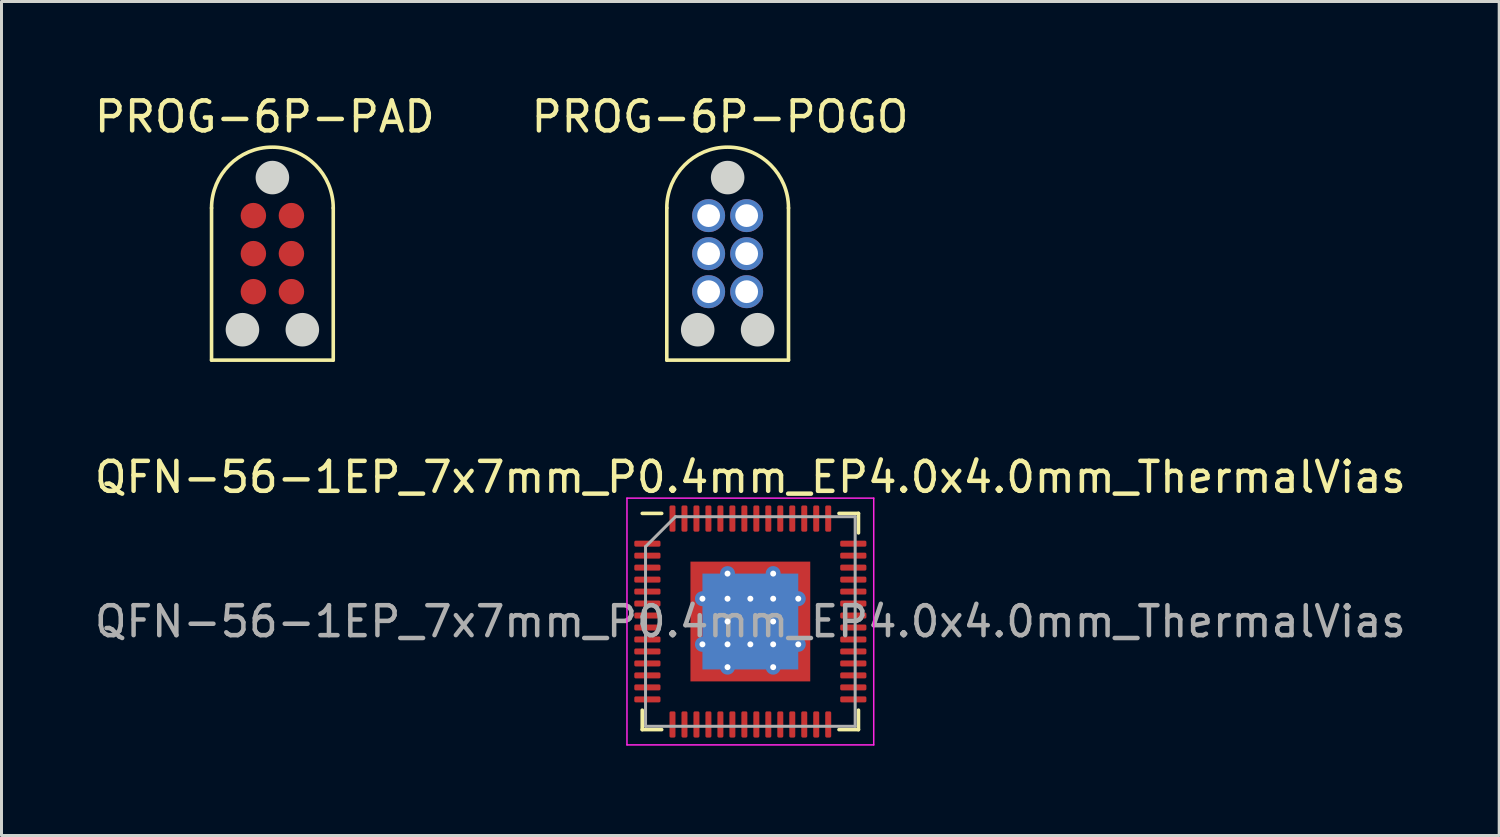
<source format=kicad_pcb>
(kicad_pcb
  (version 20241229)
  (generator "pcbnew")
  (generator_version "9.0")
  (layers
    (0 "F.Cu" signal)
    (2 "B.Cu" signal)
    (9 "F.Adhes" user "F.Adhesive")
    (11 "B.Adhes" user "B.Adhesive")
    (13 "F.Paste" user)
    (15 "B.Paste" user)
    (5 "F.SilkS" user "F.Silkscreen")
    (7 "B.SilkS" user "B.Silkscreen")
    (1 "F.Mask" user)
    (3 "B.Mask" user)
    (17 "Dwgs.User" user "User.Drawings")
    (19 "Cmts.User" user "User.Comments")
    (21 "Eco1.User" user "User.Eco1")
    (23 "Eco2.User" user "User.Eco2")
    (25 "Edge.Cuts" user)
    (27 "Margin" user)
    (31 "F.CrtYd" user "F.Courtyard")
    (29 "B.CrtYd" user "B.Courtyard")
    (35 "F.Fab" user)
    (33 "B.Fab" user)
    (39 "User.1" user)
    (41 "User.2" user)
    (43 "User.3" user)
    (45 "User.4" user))
  (footprint "QFN-56-1EP_7x7mm_P0.4mm_EP4.0x4.0mm_ThermalVias"
    (layer "F.Cu")
    (at 22.006 17.704)
    (property "Reference" "QFN-56-1EP_7x7mm_P0.4mm_EP4.0x4.0mm_ThermalVias" (at 0 -4.82 0) (layer "F.SilkS") (effects (font (size 1 1) (thickness 0.15))))
    (attr smd)
    (fp_line (start -3.61 3.61) (end -3.61 2.96) (stroke (width 0.12) (type solid)) (layer "F.SilkS"))
    (fp_line (start -2.96 -3.61) (end -3.61 -3.61) (stroke (width 0.12) (type solid)) (layer "F.SilkS"))
    (fp_line (start -2.96 3.61) (end -3.61 3.61) (stroke (width 0.12) (type solid)) (layer "F.SilkS"))
    (fp_line (start 2.96 -3.61) (end 3.61 -3.61) (stroke (width 0.12) (type solid)) (layer "F.SilkS"))
    (fp_line (start 2.96 3.61) (end 3.61 3.61) (stroke (width 0.12) (type solid)) (layer "F.SilkS"))
    (fp_line (start 3.61 -3.61) (end 3.61 -2.96) (stroke (width 0.12) (type solid)) (layer "F.SilkS"))
    (fp_line (start 3.61 3.61) (end 3.61 2.96) (stroke (width 0.12) (type solid)) (layer "F.SilkS"))
    (fp_line (start -4.12 -4.12) (end -4.12 4.12) (stroke (width 0.05) (type solid)) (layer "F.CrtYd"))
    (fp_line (start -4.12 4.12) (end 4.12 4.12) (stroke (width 0.05) (type solid)) (layer "F.CrtYd"))
    (fp_line (start 4.12 -4.12) (end -4.12 -4.12) (stroke (width 0.05) (type solid)) (layer "F.CrtYd"))
    (fp_line (start 4.12 4.12) (end 4.12 -4.12) (stroke (width 0.05) (type solid)) (layer "F.CrtYd"))
    (fp_line (start -3.5 -2.5) (end -2.5 -3.5) (stroke (width 0.1) (type solid)) (layer "F.Fab"))
    (fp_line (start -3.5 3.5) (end -3.5 -2.5) (stroke (width 0.1) (type solid)) (layer "F.Fab"))
    (fp_line (start -2.5 -3.5) (end 3.5 -3.5) (stroke (width 0.1) (type solid)) (layer "F.Fab"))
    (fp_line (start 3.5 -3.5) (end 3.5 3.5) (stroke (width 0.1) (type solid)) (layer "F.Fab"))
    (fp_line (start 3.5 3.5) (end -3.5 3.5) (stroke (width 0.1) (type solid)) (layer "F.Fab"))
    (fp_text user "${REFERENCE}" (at 0 0 0) (layer "F.Fab") (effects (font (size 1 1) (thickness 0.15))))
    (pad "" smd custom (at -0.675 -0.675) (size 1.118 1.118) (layers "F.Paste") (options (anchor circle)) (primitives (gr_poly (pts (xy -0.498 -0.397) (xy -0.397 -0.498) (xy 0.498 -0.498) (xy 0.498 0.498) (xy -0.498 0.498)) (width 0.244) (fill yes))))
    (pad "" smd custom (at -0.675 0.675) (size 1.118 1.118) (layers "F.Paste") (options (anchor circle)) (primitives (gr_poly (pts (xy -0.498 -0.498) (xy 0.498 -0.498) (xy 0.498 0.498) (xy -0.397 0.498) (xy -0.498 0.397)) (width 0.244) (fill yes))))
    (pad "" smd custom (at 0.675 -0.675) (size 1.118 1.118) (layers "F.Paste") (options (anchor circle)) (primitives (gr_poly (pts (xy -0.498 -0.498) (xy 0.397 -0.498) (xy 0.498 -0.397) (xy 0.498 0.498) (xy -0.498 0.498)) (width 0.244) (fill yes))))
    (pad "" smd custom (at 0.675 0.675) (size 1.118 1.118) (layers "F.Paste") (options (anchor circle)) (primitives (gr_poly (pts (xy -0.498 -0.498) (xy 0.498 -0.498) (xy 0.498 0.397) (xy 0.397 0.498) (xy -0.498 0.498)) (width 0.244) (fill yes))))
    (pad "1" smd roundrect (at -3.438 -2.6) (size 0.875 0.2) (layers "F.Cu" "F.Mask" "F.Paste") (roundrect_rratio 0.25))
    (pad "2" smd roundrect (at -3.438 -2.2) (size 0.875 0.2) (layers "F.Cu" "F.Mask" "F.Paste") (roundrect_rratio 0.25))
    (pad "3" smd roundrect (at -3.438 -1.8) (size 0.875 0.2) (layers "F.Cu" "F.Mask" "F.Paste") (roundrect_rratio 0.25))
    (pad "4" smd roundrect (at -3.438 -1.4) (size 0.875 0.2) (layers "F.Cu" "F.Mask" "F.Paste") (roundrect_rratio 0.25))
    (pad "5" smd roundrect (at -3.438 -1) (size 0.875 0.2) (layers "F.Cu" "F.Mask" "F.Paste") (roundrect_rratio 0.25))
    (pad "6" smd roundrect (at -3.438 -0.6) (size 0.875 0.2) (layers "F.Cu" "F.Mask" "F.Paste") (roundrect_rratio 0.25))
    (pad "7" smd roundrect (at -3.438 -0.2) (size 0.875 0.2) (layers "F.Cu" "F.Mask" "F.Paste") (roundrect_rratio 0.25))
    (pad "8" smd roundrect (at -3.438 0.2) (size 0.875 0.2) (layers "F.Cu" "F.Mask" "F.Paste") (roundrect_rratio 0.25))
    (pad "9" smd roundrect (at -3.438 0.6) (size 0.875 0.2) (layers "F.Cu" "F.Mask" "F.Paste") (roundrect_rratio 0.25))
    (pad "10" smd roundrect (at -3.438 1) (size 0.875 0.2) (layers "F.Cu" "F.Mask" "F.Paste") (roundrect_rratio 0.25))
    (pad "11" smd roundrect (at -3.438 1.4) (size 0.875 0.2) (layers "F.Cu" "F.Mask" "F.Paste") (roundrect_rratio 0.25))
    (pad "12" smd roundrect (at -3.438 1.8) (size 0.875 0.2) (layers "F.Cu" "F.Mask" "F.Paste") (roundrect_rratio 0.25))
    (pad "13" smd roundrect (at -3.438 2.2) (size 0.875 0.2) (layers "F.Cu" "F.Mask" "F.Paste") (roundrect_rratio 0.25))
    (pad "14" smd roundrect (at -3.438 2.6) (size 0.875 0.2) (layers "F.Cu" "F.Mask" "F.Paste") (roundrect_rratio 0.25))
    (pad "15" smd roundrect (at -2.6 3.438) (size 0.2 0.875) (layers "F.Cu" "F.Mask" "F.Paste") (roundrect_rratio 0.25))
    (pad "16" smd roundrect (at -2.2 3.438) (size 0.2 0.875) (layers "F.Cu" "F.Mask" "F.Paste") (roundrect_rratio 0.25))
    (pad "17" smd roundrect (at -1.8 3.438) (size 0.2 0.875) (layers "F.Cu" "F.Mask" "F.Paste") (roundrect_rratio 0.25))
    (pad "18" smd roundrect (at -1.4 3.438) (size 0.2 0.875) (layers "F.Cu" "F.Mask" "F.Paste") (roundrect_rratio 0.25))
    (pad "19" smd roundrect (at -1 3.438) (size 0.2 0.875) (layers "F.Cu" "F.Mask" "F.Paste") (roundrect_rratio 0.25))
    (pad "20" smd roundrect (at -0.6 3.438) (size 0.2 0.875) (layers "F.Cu" "F.Mask" "F.Paste") (roundrect_rratio 0.25))
    (pad "21" smd roundrect (at -0.2 3.438) (size 0.2 0.875) (layers "F.Cu" "F.Mask" "F.Paste") (roundrect_rratio 0.25))
    (pad "22" smd roundrect (at 0.2 3.438) (size 0.2 0.875) (layers "F.Cu" "F.Mask" "F.Paste") (roundrect_rratio 0.25))
    (pad "23" smd roundrect (at 0.6 3.438) (size 0.2 0.875) (layers "F.Cu" "F.Mask" "F.Paste") (roundrect_rratio 0.25))
    (pad "24" smd roundrect (at 1 3.438) (size 0.2 0.875) (layers "F.Cu" "F.Mask" "F.Paste") (roundrect_rratio 0.25))
    (pad "25" smd roundrect (at 1.4 3.438) (size 0.2 0.875) (layers "F.Cu" "F.Mask" "F.Paste") (roundrect_rratio 0.25))
    (pad "26" smd roundrect (at 1.8 3.438) (size 0.2 0.875) (layers "F.Cu" "F.Mask" "F.Paste") (roundrect_rratio 0.25))
    (pad "27" smd roundrect (at 2.2 3.438) (size 0.2 0.875) (layers "F.Cu" "F.Mask" "F.Paste") (roundrect_rratio 0.25))
    (pad "28" smd roundrect (at 2.6 3.438) (size 0.2 0.875) (layers "F.Cu" "F.Mask" "F.Paste") (roundrect_rratio 0.25))
    (pad "29" smd roundrect (at 3.438 2.6) (size 0.875 0.2) (layers "F.Cu" "F.Mask" "F.Paste") (roundrect_rratio 0.25))
    (pad "30" smd roundrect (at 3.438 2.2) (size 0.875 0.2) (layers "F.Cu" "F.Mask" "F.Paste") (roundrect_rratio 0.25))
    (pad "31" smd roundrect (at 3.438 1.8) (size 0.875 0.2) (layers "F.Cu" "F.Mask" "F.Paste") (roundrect_rratio 0.25))
    (pad "32" smd roundrect (at 3.438 1.4) (size 0.875 0.2) (layers "F.Cu" "F.Mask" "F.Paste") (roundrect_rratio 0.25))
    (pad "33" smd roundrect (at 3.438 1) (size 0.875 0.2) (layers "F.Cu" "F.Mask" "F.Paste") (roundrect_rratio 0.25))
    (pad "34" smd roundrect (at 3.438 0.6) (size 0.875 0.2) (layers "F.Cu" "F.Mask" "F.Paste") (roundrect_rratio 0.25))
    (pad "35" smd roundrect (at 3.438 0.2) (size 0.875 0.2) (layers "F.Cu" "F.Mask" "F.Paste") (roundrect_rratio 0.25))
    (pad "36" smd roundrect (at 3.438 -0.2) (size 0.875 0.2) (layers "F.Cu" "F.Mask" "F.Paste") (roundrect_rratio 0.25))
    (pad "37" smd roundrect (at 3.438 -0.6) (size 0.875 0.2) (layers "F.Cu" "F.Mask" "F.Paste") (roundrect_rratio 0.25))
    (pad "38" smd roundrect (at 3.438 -1) (size 0.875 0.2) (layers "F.Cu" "F.Mask" "F.Paste") (roundrect_rratio 0.25))
    (pad "39" smd roundrect (at 3.438 -1.4) (size 0.875 0.2) (layers "F.Cu" "F.Mask" "F.Paste") (roundrect_rratio 0.25))
    (pad "40" smd roundrect (at 3.438 -1.8) (size 0.875 0.2) (layers "F.Cu" "F.Mask" "F.Paste") (roundrect_rratio 0.25))
    (pad "41" smd roundrect (at 3.438 -2.2) (size 0.875 0.2) (layers "F.Cu" "F.Mask" "F.Paste") (roundrect_rratio 0.25))
    (pad "42" smd roundrect (at 3.438 -2.6) (size 0.875 0.2) (layers "F.Cu" "F.Mask" "F.Paste") (roundrect_rratio 0.25))
    (pad "43" smd roundrect (at 2.6 -3.438) (size 0.2 0.875) (layers "F.Cu" "F.Mask" "F.Paste") (roundrect_rratio 0.25))
    (pad "44" smd roundrect (at 2.2 -3.438) (size 0.2 0.875) (layers "F.Cu" "F.Mask" "F.Paste") (roundrect_rratio 0.25))
    (pad "45" smd roundrect (at 1.8 -3.438) (size 0.2 0.875) (layers "F.Cu" "F.Mask" "F.Paste") (roundrect_rratio 0.25))
    (pad "46" smd roundrect (at 1.4 -3.438) (size 0.2 0.875) (layers "F.Cu" "F.Mask" "F.Paste") (roundrect_rratio 0.25))
    (pad "47" smd roundrect (at 1 -3.438) (size 0.2 0.875) (layers "F.Cu" "F.Mask" "F.Paste") (roundrect_rratio 0.25))
    (pad "48" smd roundrect (at 0.6 -3.438) (size 0.2 0.875) (layers "F.Cu" "F.Mask" "F.Paste") (roundrect_rratio 0.25))
    (pad "49" smd roundrect (at 0.2 -3.438) (size 0.2 0.875) (layers "F.Cu" "F.Mask" "F.Paste") (roundrect_rratio 0.25))
    (pad "50" smd roundrect (at -0.2 -3.438) (size 0.2 0.875) (layers "F.Cu" "F.Mask" "F.Paste") (roundrect_rratio 0.25))
    (pad "51" smd roundrect (at -0.6 -3.438) (size 0.2 0.875) (layers "F.Cu" "F.Mask" "F.Paste") (roundrect_rratio 0.25))
    (pad "52" smd roundrect (at -1 -3.438) (size 0.2 0.875) (layers "F.Cu" "F.Mask" "F.Paste") (roundrect_rratio 0.25))
    (pad "53" smd roundrect (at -1.4 -3.438) (size 0.2 0.875) (layers "F.Cu" "F.Mask" "F.Paste") (roundrect_rratio 0.25))
    (pad "54" smd roundrect (at -1.8 -3.438) (size 0.2 0.875) (layers "F.Cu" "F.Mask" "F.Paste") (roundrect_rratio 0.25))
    (pad "55" smd roundrect (at -2.2 -3.438) (size 0.2 0.875) (layers "F.Cu" "F.Mask" "F.Paste") (roundrect_rratio 0.25))
    (pad "56" smd roundrect (at -2.6 -3.438) (size 0.2 0.875) (layers "F.Cu" "F.Mask" "F.Paste") (roundrect_rratio 0.25))
    (pad "57" thru_hole circle (at -1.6 -0.762) (size 0.5 0.5) (drill 0.2) (layers "*.Cu"))
    (pad "57" thru_hole circle (at -1.6 0.762) (size 0.5 0.5) (drill 0.2) (layers "*.Cu"))
    (pad "57" thru_hole circle (at -0.762 -1.6) (size 0.5 0.5) (drill 0.2) (layers "*.Cu"))
    (pad "57" thru_hole circle (at -0.762 -0.762) (size 0.5 0.5) (drill 0.2) (layers "*.Cu"))
    (pad "57" thru_hole circle (at -0.762 0) (size 0.5 0.5) (drill 0.2) (layers "*.Cu"))
    (pad "57" thru_hole circle (at -0.762 0.762) (size 0.5 0.5) (drill 0.2) (layers "*.Cu"))
    (pad "57" thru_hole circle (at -0.762 1.524) (size 0.5 0.5) (drill 0.2) (layers "*.Cu"))
    (pad "57" thru_hole circle (at 0 -0.762) (size 0.5 0.5) (drill 0.2) (layers "*.Cu"))
    (pad "57" smd rect (at 0 0) (size 3.2 3.2) (layers "B.Cu"))
    (pad "57" smd rect (at 0 0) (size 4 4) (layers "F.Cu" "F.Mask"))
    (pad "57" thru_hole circle (at 0 0.762) (size 0.5 0.5) (drill 0.2) (layers "*.Cu"))
    (pad "57" thru_hole circle (at 0.762 -1.6) (size 0.5 0.5) (drill 0.2) (layers "*.Cu"))
    (pad "57" thru_hole circle (at 0.762 -0.762) (size 0.5 0.5) (drill 0.2) (layers "*.Cu"))
    (pad "57" thru_hole circle (at 0.762 0) (size 0.5 0.5) (drill 0.2) (layers "*.Cu"))
    (pad "57" thru_hole circle (at 0.762 0.762) (size 0.5 0.5) (drill 0.2) (layers "*.Cu"))
    (pad "57" thru_hole circle (at 0.762 1.524) (size 0.5 0.5) (drill 0.2) (layers "*.Cu"))
    (pad "57" thru_hole circle (at 1.6 -0.762) (size 0.5 0.5) (drill 0.2) (layers "*.Cu"))
    (pad "57" thru_hole circle (at 1.6 0.762) (size 0.5 0.5) (drill 0.2) (layers "*.Cu")))
  (footprint "PROG-6P-PAD"
    (layer "F.Cu")
    (at 6.046 5.42)
    (property "Reference" "PROG-6P-PAD" (at -0.254 -4.572 0) (unlocked yes) (layer "F.SilkS") (effects (font (size 1 1) (thickness 0.15))))
    (attr smd)
    (fp_line (start -2.032 -1.524) (end -2.032 3.556) (stroke (width 0.12) (type solid)) (layer "F.SilkS"))
    (fp_line (start -2.032 3.556) (end 2.032 3.556) (stroke (width 0.12) (type solid)) (layer "F.SilkS"))
    (fp_line (start 2.032 3.556) (end 2.032 -1.524) (stroke (width 0.12) (type solid)) (layer "F.SilkS"))
    (fp_arc (start -2.032 -1.524) (mid 0 -3.556) (end 2.032 -1.524) (stroke (width 0.12) (type solid)) (layer "F.SilkS"))
    (fp_circle (center -1 2.54) (end -0.5 2.54) (stroke (width 0.12) (type solid)) (fill yes) (layer "Edge.Cuts"))
    (fp_circle (center 0 -2.54) (end 0.5 -2.54) (stroke (width 0.12) (type solid)) (fill yes) (layer "Edge.Cuts"))
    (fp_circle (center 1 2.54) (end 1.5 2.54) (stroke (width 0.12) (type solid)) (fill yes) (layer "Edge.Cuts"))
    (pad "1" connect circle (at -0.635 -1.27) (size 0.85 0.85) (layers "F.Cu" "F.Mask"))
    (pad "2" connect circle (at 0.635 -1.27) (size 0.85 0.85) (layers "F.Cu" "F.Mask"))
    (pad "3" connect circle (at -0.635 0) (size 0.85 0.85) (property pad_prop_testpoint) (layers "F.Cu" "F.Mask"))
    (pad "4" connect circle (at 0.635 0) (size 0.85 0.85) (layers "F.Cu" "F.Mask"))
    (pad "5" connect circle (at -0.635 1.27) (size 0.85 0.85) (layers "F.Cu" "F.Mask"))
    (pad "6" connect circle (at 0.635 1.27) (size 0.85 0.85) (layers "F.Cu" "F.Mask")))
  (footprint "PROG-6P-POGO"
    (layer "F.Cu")
    (at 21.248 5.42)
    (property "Reference" "PROG-6P-POGO" (at -0.254 -4.572 0) (unlocked yes) (layer "F.SilkS") (effects (font (size 1 1) (thickness 0.15))))
    (attr smd)
    (fp_line (start -2.032 -1.524) (end -2.032 3.556) (stroke (width 0.12) (type solid)) (layer "F.SilkS"))
    (fp_line (start -2.032 3.556) (end 2.032 3.556) (stroke (width 0.12) (type solid)) (layer "F.SilkS"))
    (fp_line (start 2.032 3.556) (end 2.032 -1.524) (stroke (width 0.12) (type solid)) (layer "F.SilkS"))
    (fp_arc (start -2.032 -1.524) (mid 0 -3.556) (end 2.032 -1.524) (stroke (width 0.12) (type solid)) (layer "F.SilkS"))
    (fp_circle (center -1 2.54) (end -0.5 2.54) (stroke (width 0.12) (type solid)) (fill yes) (layer "Edge.Cuts"))
    (fp_circle (center 0 -2.54) (end 0.5 -2.54) (stroke (width 0.12) (type solid)) (fill yes) (layer "Edge.Cuts"))
    (fp_circle (center 1 2.54) (end 1.5 2.54) (stroke (width 0.12) (type solid)) (fill yes) (layer "Edge.Cuts"))
    (pad "1" thru_hole circle (at -0.635 -1.27 90) (size 1.1 1.1) (drill 0.76) (layers "*.Cu" "*.Mask"))
    (pad "2" thru_hole circle (at -0.635 0) (size 1.1 1.1) (drill 0.76) (property pad_prop_testpoint) (layers "*.Cu" "*.Mask"))
    (pad "3" thru_hole circle (at -0.635 1.27) (size 1.1 1.1) (drill 0.76) (layers "*.Cu" "*.Mask"))
    (pad "4" thru_hole circle (at 0.635 1.27) (size 1.1 1.1) (drill 0.76) (layers "*.Cu" "*.Mask"))
    (pad "5" thru_hole circle (at 0.635 0) (size 1.1 1.1) (drill 0.76) (layers "*.Cu" "*.Mask"))
    (pad "6" thru_hole circle (at 0.635 -1.27) (size 1.1 1.1) (drill 0.76) (layers "*.Cu" "*.Mask")))
  (gr_rect
    (start -3 -3)
    (end 47.012 24.849)
    (stroke (width 0.1) (type default))
    (fill no)
    (layer "Edge.Cuts")))
</source>
